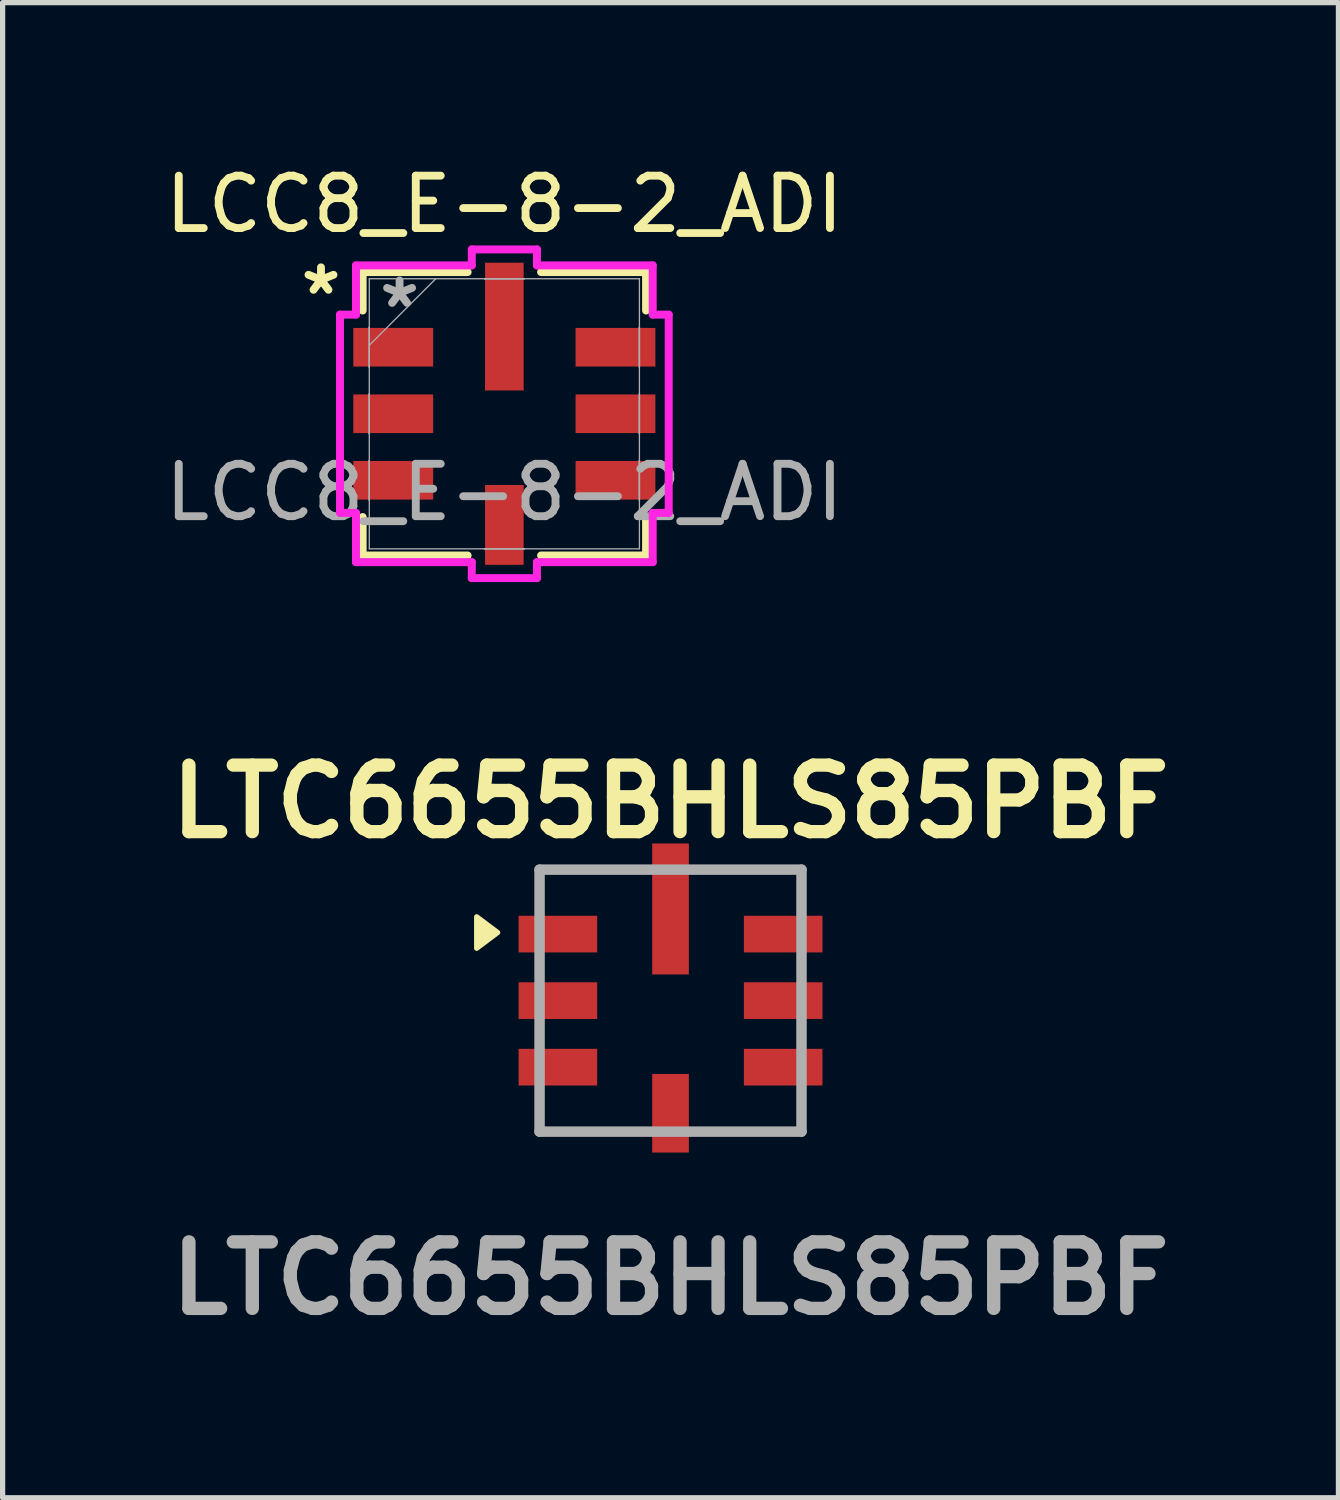
<source format=kicad_pcb>
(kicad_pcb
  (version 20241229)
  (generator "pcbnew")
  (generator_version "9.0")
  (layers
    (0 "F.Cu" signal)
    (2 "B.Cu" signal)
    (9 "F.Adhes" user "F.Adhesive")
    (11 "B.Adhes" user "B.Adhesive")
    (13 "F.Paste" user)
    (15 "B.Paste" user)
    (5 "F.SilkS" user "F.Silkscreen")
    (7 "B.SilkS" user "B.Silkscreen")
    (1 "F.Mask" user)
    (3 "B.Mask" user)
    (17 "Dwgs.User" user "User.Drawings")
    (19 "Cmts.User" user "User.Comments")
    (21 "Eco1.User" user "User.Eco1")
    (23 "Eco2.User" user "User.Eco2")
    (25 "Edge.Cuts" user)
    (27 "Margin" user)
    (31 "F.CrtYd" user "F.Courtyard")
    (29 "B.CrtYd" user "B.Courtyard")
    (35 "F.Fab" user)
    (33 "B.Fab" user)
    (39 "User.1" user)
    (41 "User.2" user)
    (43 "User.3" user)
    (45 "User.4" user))
  (footprint "LTC6655BHLS85PBF"
    (layer "F.Cu")
    (at 9.749 16.05)
    (property "Reference" "LTC6655BHLS85PBF" (at 0 -3.8 0) (layer "F.SilkS") (effects (font (size 1.27 1.27) (thickness 0.254))))
    (attr smd)
    (fp_line (start -2.5 -2.5) (end -2.5 -2) (stroke (width 0.1) (type solid)) (layer "F.SilkS"))
    (fp_line (start -2.5 2.5) (end -2.5 2) (stroke (width 0.1) (type solid)) (layer "F.SilkS"))
    (fp_line (start -0.8 -2.5) (end -2.5 -2.5) (stroke (width 0.1) (type solid)) (layer "F.SilkS"))
    (fp_line (start -0.8 2.5) (end -2.5 2.5) (stroke (width 0.1) (type solid)) (layer "F.SilkS"))
    (fp_line (start 0.8 -2.5) (end 2.5 -2.5) (stroke (width 0.1) (type solid)) (layer "F.SilkS"))
    (fp_line (start 0.8 2.5) (end 2.5 2.5) (stroke (width 0.1) (type solid)) (layer "F.SilkS"))
    (fp_line (start 2.5 -2.5) (end 2.5 -2) (stroke (width 0.1) (type solid)) (layer "F.SilkS"))
    (fp_line (start 2.5 2.5) (end 2.5 2) (stroke (width 0.1) (type solid)) (layer "F.SilkS"))
    (fp_poly (pts (xy -3.3 -1.3) (xy -3.7 -1.6) (xy -3.7 -1)) (stroke (width 0.1) (type solid)) (fill yes) (layer "F.SilkS"))
    (fp_line (start -2.5 -2.5) (end 2.5 -2.5) (stroke (width 0.2) (type solid)) (layer "F.Fab"))
    (fp_line (start -2.5 2.5) (end -2.5 -2.5) (stroke (width 0.2) (type solid)) (layer "F.Fab"))
    (fp_line (start 2.5 -2.5) (end 2.5 2.5) (stroke (width 0.2) (type solid)) (layer "F.Fab"))
    (fp_line (start 2.5 2.5) (end -2.5 2.5) (stroke (width 0.2) (type solid)) (layer "F.Fab"))
    (fp_text user "${REFERENCE}" (at 0 5.3 0) (layer "F.Fab") (effects (font (size 1.27 1.27) (thickness 0.254))))
    (pad "1" smd rect (at -2.15 -1.27 90) (size 0.7 1.5) (layers "F.Cu" "F.Mask" "F.Paste"))
    (pad "2" smd rect (at -2.15 0 90) (size 0.7 1.5) (layers "F.Cu" "F.Mask" "F.Paste"))
    (pad "3" smd rect (at -2.15 1.27 90) (size 0.7 1.5) (layers "F.Cu" "F.Mask" "F.Paste"))
    (pad "4" smd rect (at 0 2.15) (size 0.7 1.5) (layers "F.Cu" "F.Mask" "F.Paste"))
    (pad "5" smd rect (at 2.15 1.27 90) (size 0.7 1.5) (layers "F.Cu" "F.Mask" "F.Paste"))
    (pad "6" smd rect (at 2.15 0 90) (size 0.7 1.5) (layers "F.Cu" "F.Mask" "F.Paste"))
    (pad "7" smd rect (at 2.15 -1.27 90) (size 0.7 1.5) (layers "F.Cu" "F.Mask" "F.Paste"))
    (pad "8" smd rect (at 0 -1.75) (size 0.7 2.5) (layers "F.Cu" "F.Mask" "F.Paste")))
  (footprint "LCC8_E-8-2_ADI"
    (layer "F.Cu")
    (at 6.577 4.848)
    (property "Reference" "LCC8_E-8-2_ADI" (at 0 -4 0) (unlocked yes) (layer "F.SilkS") (effects (font (size 1 1) (thickness 0.15))))
    (attr smd)
    (fp_line (start -2.705 -2.705) (end -2.705 -1.971) (stroke (width 0.152) (type solid)) (layer "F.SilkS"))
    (fp_line (start -2.705 1.971) (end -2.705 2.705) (stroke (width 0.152) (type solid)) (layer "F.SilkS"))
    (fp_line (start -2.705 2.705) (end -0.701 2.705) (stroke (width 0.152) (type solid)) (layer "F.SilkS"))
    (fp_line (start -0.701 -2.705) (end -2.705 -2.705) (stroke (width 0.152) (type solid)) (layer "F.SilkS"))
    (fp_line (start 0.701 2.705) (end 2.705 2.705) (stroke (width 0.152) (type solid)) (layer "F.SilkS"))
    (fp_line (start 2.705 -2.705) (end 0.701 -2.705) (stroke (width 0.152) (type solid)) (layer "F.SilkS"))
    (fp_line (start 2.705 -1.971) (end 2.705 -2.705) (stroke (width 0.152) (type solid)) (layer "F.SilkS"))
    (fp_line (start 2.705 2.705) (end 2.705 1.971) (stroke (width 0.152) (type solid)) (layer "F.SilkS"))
    (fp_line (start -3.137 -1.892) (end -2.832 -1.892) (stroke (width 0.152) (type solid)) (layer "F.CrtYd"))
    (fp_line (start -3.137 1.892) (end -3.137 -1.892) (stroke (width 0.152) (type solid)) (layer "F.CrtYd"))
    (fp_line (start -3.137 1.892) (end -2.832 1.892) (stroke (width 0.152) (type solid)) (layer "F.CrtYd"))
    (fp_line (start -2.832 -2.832) (end -0.622 -2.832) (stroke (width 0.152) (type solid)) (layer "F.CrtYd"))
    (fp_line (start -2.832 -1.892) (end -2.832 -2.832) (stroke (width 0.152) (type solid)) (layer "F.CrtYd"))
    (fp_line (start -2.832 2.832) (end -2.832 1.892) (stroke (width 0.152) (type solid)) (layer "F.CrtYd"))
    (fp_line (start -0.622 -3.137) (end 0.622 -3.137) (stroke (width 0.152) (type solid)) (layer "F.CrtYd"))
    (fp_line (start -0.622 -2.832) (end -0.622 -3.137) (stroke (width 0.152) (type solid)) (layer "F.CrtYd"))
    (fp_line (start -0.622 2.832) (end -2.832 2.832) (stroke (width 0.152) (type solid)) (layer "F.CrtYd"))
    (fp_line (start -0.622 3.137) (end -0.622 2.832) (stroke (width 0.152) (type solid)) (layer "F.CrtYd"))
    (fp_line (start 0.622 -3.137) (end 0.622 -2.832) (stroke (width 0.152) (type solid)) (layer "F.CrtYd"))
    (fp_line (start 0.622 -2.832) (end 2.832 -2.832) (stroke (width 0.152) (type solid)) (layer "F.CrtYd"))
    (fp_line (start 0.622 2.832) (end 0.622 3.137) (stroke (width 0.152) (type solid)) (layer "F.CrtYd"))
    (fp_line (start 0.622 3.137) (end -0.622 3.137) (stroke (width 0.152) (type solid)) (layer "F.CrtYd"))
    (fp_line (start 2.832 -2.832) (end 2.832 -1.892) (stroke (width 0.152) (type solid)) (layer "F.CrtYd"))
    (fp_line (start 2.832 -1.892) (end 3.137 -1.892) (stroke (width 0.152) (type solid)) (layer "F.CrtYd"))
    (fp_line (start 2.832 1.892) (end 2.832 2.832) (stroke (width 0.152) (type solid)) (layer "F.CrtYd"))
    (fp_line (start 2.832 2.832) (end 0.622 2.832) (stroke (width 0.152) (type solid)) (layer "F.CrtYd"))
    (fp_line (start 3.137 -1.892) (end 3.137 1.892) (stroke (width 0.152) (type solid)) (layer "F.CrtYd"))
    (fp_line (start 3.137 1.892) (end 2.832 1.892) (stroke (width 0.152) (type solid)) (layer "F.CrtYd"))
    (fp_line (start -2.578 -2.578) (end -2.578 2.578) (stroke (width 0.025) (type solid)) (layer "F.Fab"))
    (fp_line (start -2.578 -1.651) (end -2.578 -1.651) (stroke (width 0.025) (type solid)) (layer "F.Fab"))
    (fp_line (start -2.578 -1.651) (end -2.578 -0.889) (stroke (width 0.025) (type solid)) (layer "F.Fab"))
    (fp_line (start -2.578 -1.308) (end -1.308 -2.578) (stroke (width 0.025) (type solid)) (layer "F.Fab"))
    (fp_line (start -2.578 -0.889) (end -2.578 -1.651) (stroke (width 0.025) (type solid)) (layer "F.Fab"))
    (fp_line (start -2.578 -0.889) (end -2.578 -0.889) (stroke (width 0.025) (type solid)) (layer "F.Fab"))
    (fp_line (start -2.578 -0.381) (end -2.578 -0.381) (stroke (width 0.025) (type solid)) (layer "F.Fab"))
    (fp_line (start -2.578 -0.381) (end -2.578 0.381) (stroke (width 0.025) (type solid)) (layer "F.Fab"))
    (fp_line (start -2.578 0.381) (end -2.578 -0.381) (stroke (width 0.025) (type solid)) (layer "F.Fab"))
    (fp_line (start -2.578 0.381) (end -2.578 0.381) (stroke (width 0.025) (type solid)) (layer "F.Fab"))
    (fp_line (start -2.578 0.889) (end -2.578 0.889) (stroke (width 0.025) (type solid)) (layer "F.Fab"))
    (fp_line (start -2.578 0.889) (end -2.578 1.651) (stroke (width 0.025) (type solid)) (layer "F.Fab"))
    (fp_line (start -2.578 1.651) (end -2.578 0.889) (stroke (width 0.025) (type solid)) (layer "F.Fab"))
    (fp_line (start -2.578 1.651) (end -2.578 1.651) (stroke (width 0.025) (type solid)) (layer "F.Fab"))
    (fp_line (start -2.578 2.578) (end 2.578 2.578) (stroke (width 0.025) (type solid)) (layer "F.Fab"))
    (fp_line (start -0.381 -2.578) (end -0.381 -2.578) (stroke (width 0.025) (type solid)) (layer "F.Fab"))
    (fp_line (start -0.381 -2.578) (end 0.381 -2.578) (stroke (width 0.025) (type solid)) (layer "F.Fab"))
    (fp_line (start -0.381 2.578) (end -0.381 2.578) (stroke (width 0.025) (type solid)) (layer "F.Fab"))
    (fp_line (start -0.381 2.578) (end 0.381 2.578) (stroke (width 0.025) (type solid)) (layer "F.Fab"))
    (fp_line (start 0.381 -2.578) (end -0.381 -2.578) (stroke (width 0.025) (type solid)) (layer "F.Fab"))
    (fp_line (start 0.381 -2.578) (end 0.381 -2.578) (stroke (width 0.025) (type solid)) (layer "F.Fab"))
    (fp_line (start 0.381 2.578) (end -0.381 2.578) (stroke (width 0.025) (type solid)) (layer "F.Fab"))
    (fp_line (start 0.381 2.578) (end 0.381 2.578) (stroke (width 0.025) (type solid)) (layer "F.Fab"))
    (fp_line (start 2.578 -2.578) (end -2.578 -2.578) (stroke (width 0.025) (type solid)) (layer "F.Fab"))
    (fp_line (start 2.578 -1.651) (end 2.578 -1.651) (stroke (width 0.025) (type solid)) (layer "F.Fab"))
    (fp_line (start 2.578 -1.651) (end 2.578 -0.889) (stroke (width 0.025) (type solid)) (layer "F.Fab"))
    (fp_line (start 2.578 -0.889) (end 2.578 -1.651) (stroke (width 0.025) (type solid)) (layer "F.Fab"))
    (fp_line (start 2.578 -0.889) (end 2.578 -0.889) (stroke (width 0.025) (type solid)) (layer "F.Fab"))
    (fp_line (start 2.578 -0.381) (end 2.578 -0.381) (stroke (width 0.025) (type solid)) (layer "F.Fab"))
    (fp_line (start 2.578 -0.381) (end 2.578 0.381) (stroke (width 0.025) (type solid)) (layer "F.Fab"))
    (fp_line (start 2.578 0.381) (end 2.578 -0.381) (stroke (width 0.025) (type solid)) (layer "F.Fab"))
    (fp_line (start 2.578 0.381) (end 2.578 0.381) (stroke (width 0.025) (type solid)) (layer "F.Fab"))
    (fp_line (start 2.578 0.889) (end 2.578 0.889) (stroke (width 0.025) (type solid)) (layer "F.Fab"))
    (fp_line (start 2.578 0.889) (end 2.578 1.651) (stroke (width 0.025) (type solid)) (layer "F.Fab"))
    (fp_line (start 2.578 1.651) (end 2.578 0.889) (stroke (width 0.025) (type solid)) (layer "F.Fab"))
    (fp_line (start 2.578 1.651) (end 2.578 1.651) (stroke (width 0.025) (type solid)) (layer "F.Fab"))
    (fp_line (start 2.578 2.578) (end 2.578 -2.578) (stroke (width 0.025) (type solid)) (layer "F.Fab"))
    (fp_text user "*" (at -3.5 -2.25 0) (layer "F.SilkS") (effects (font (size 1 1) (thickness 0.15))))
    (fp_text user "${REFERENCE}" (at 0 1.5 0) (unlocked yes) (layer "F.Fab") (effects (font (size 1 1) (thickness 0.15))))
    (fp_text user "*" (at -2 -2 0) (unlocked yes) (layer "F.Fab") (effects (font (size 1 1) (thickness 0.15))))
    (pad "1" smd rect (at -2.121 -1.27 90) (size 0.737 1.524) (layers "F.Cu" "F.Mask" "F.Paste"))
    (pad "2" smd rect (at -2.121 0 90) (size 0.737 1.524) (layers "F.Cu" "F.Mask" "F.Paste"))
    (pad "3" smd rect (at -2.121 1.27 90) (size 0.737 1.524) (layers "F.Cu" "F.Mask" "F.Paste"))
    (pad "4" smd rect (at 0 2.121) (size 0.737 1.524) (layers "F.Cu" "F.Mask" "F.Paste"))
    (pad "5" smd rect (at 2.121 1.27 90) (size 0.737 1.524) (layers "F.Cu" "F.Mask" "F.Paste"))
    (pad "6" smd rect (at 2.121 0 90) (size 0.737 1.524) (layers "F.Cu" "F.Mask" "F.Paste"))
    (pad "7" smd rect (at 2.121 -1.27 90) (size 0.737 1.524) (layers "F.Cu" "F.Mask" "F.Paste"))
    (pad "8" smd rect (at 0 -1.664) (size 0.737 2.438) (layers "F.Cu" "F.Mask" "F.Paste")))
  (gr_rect
    (start -3 -3)
    (end 22.498 25.539)
    (stroke (width 0.1) (type default))
    (fill no)
    (layer "Edge.Cuts")))
</source>
